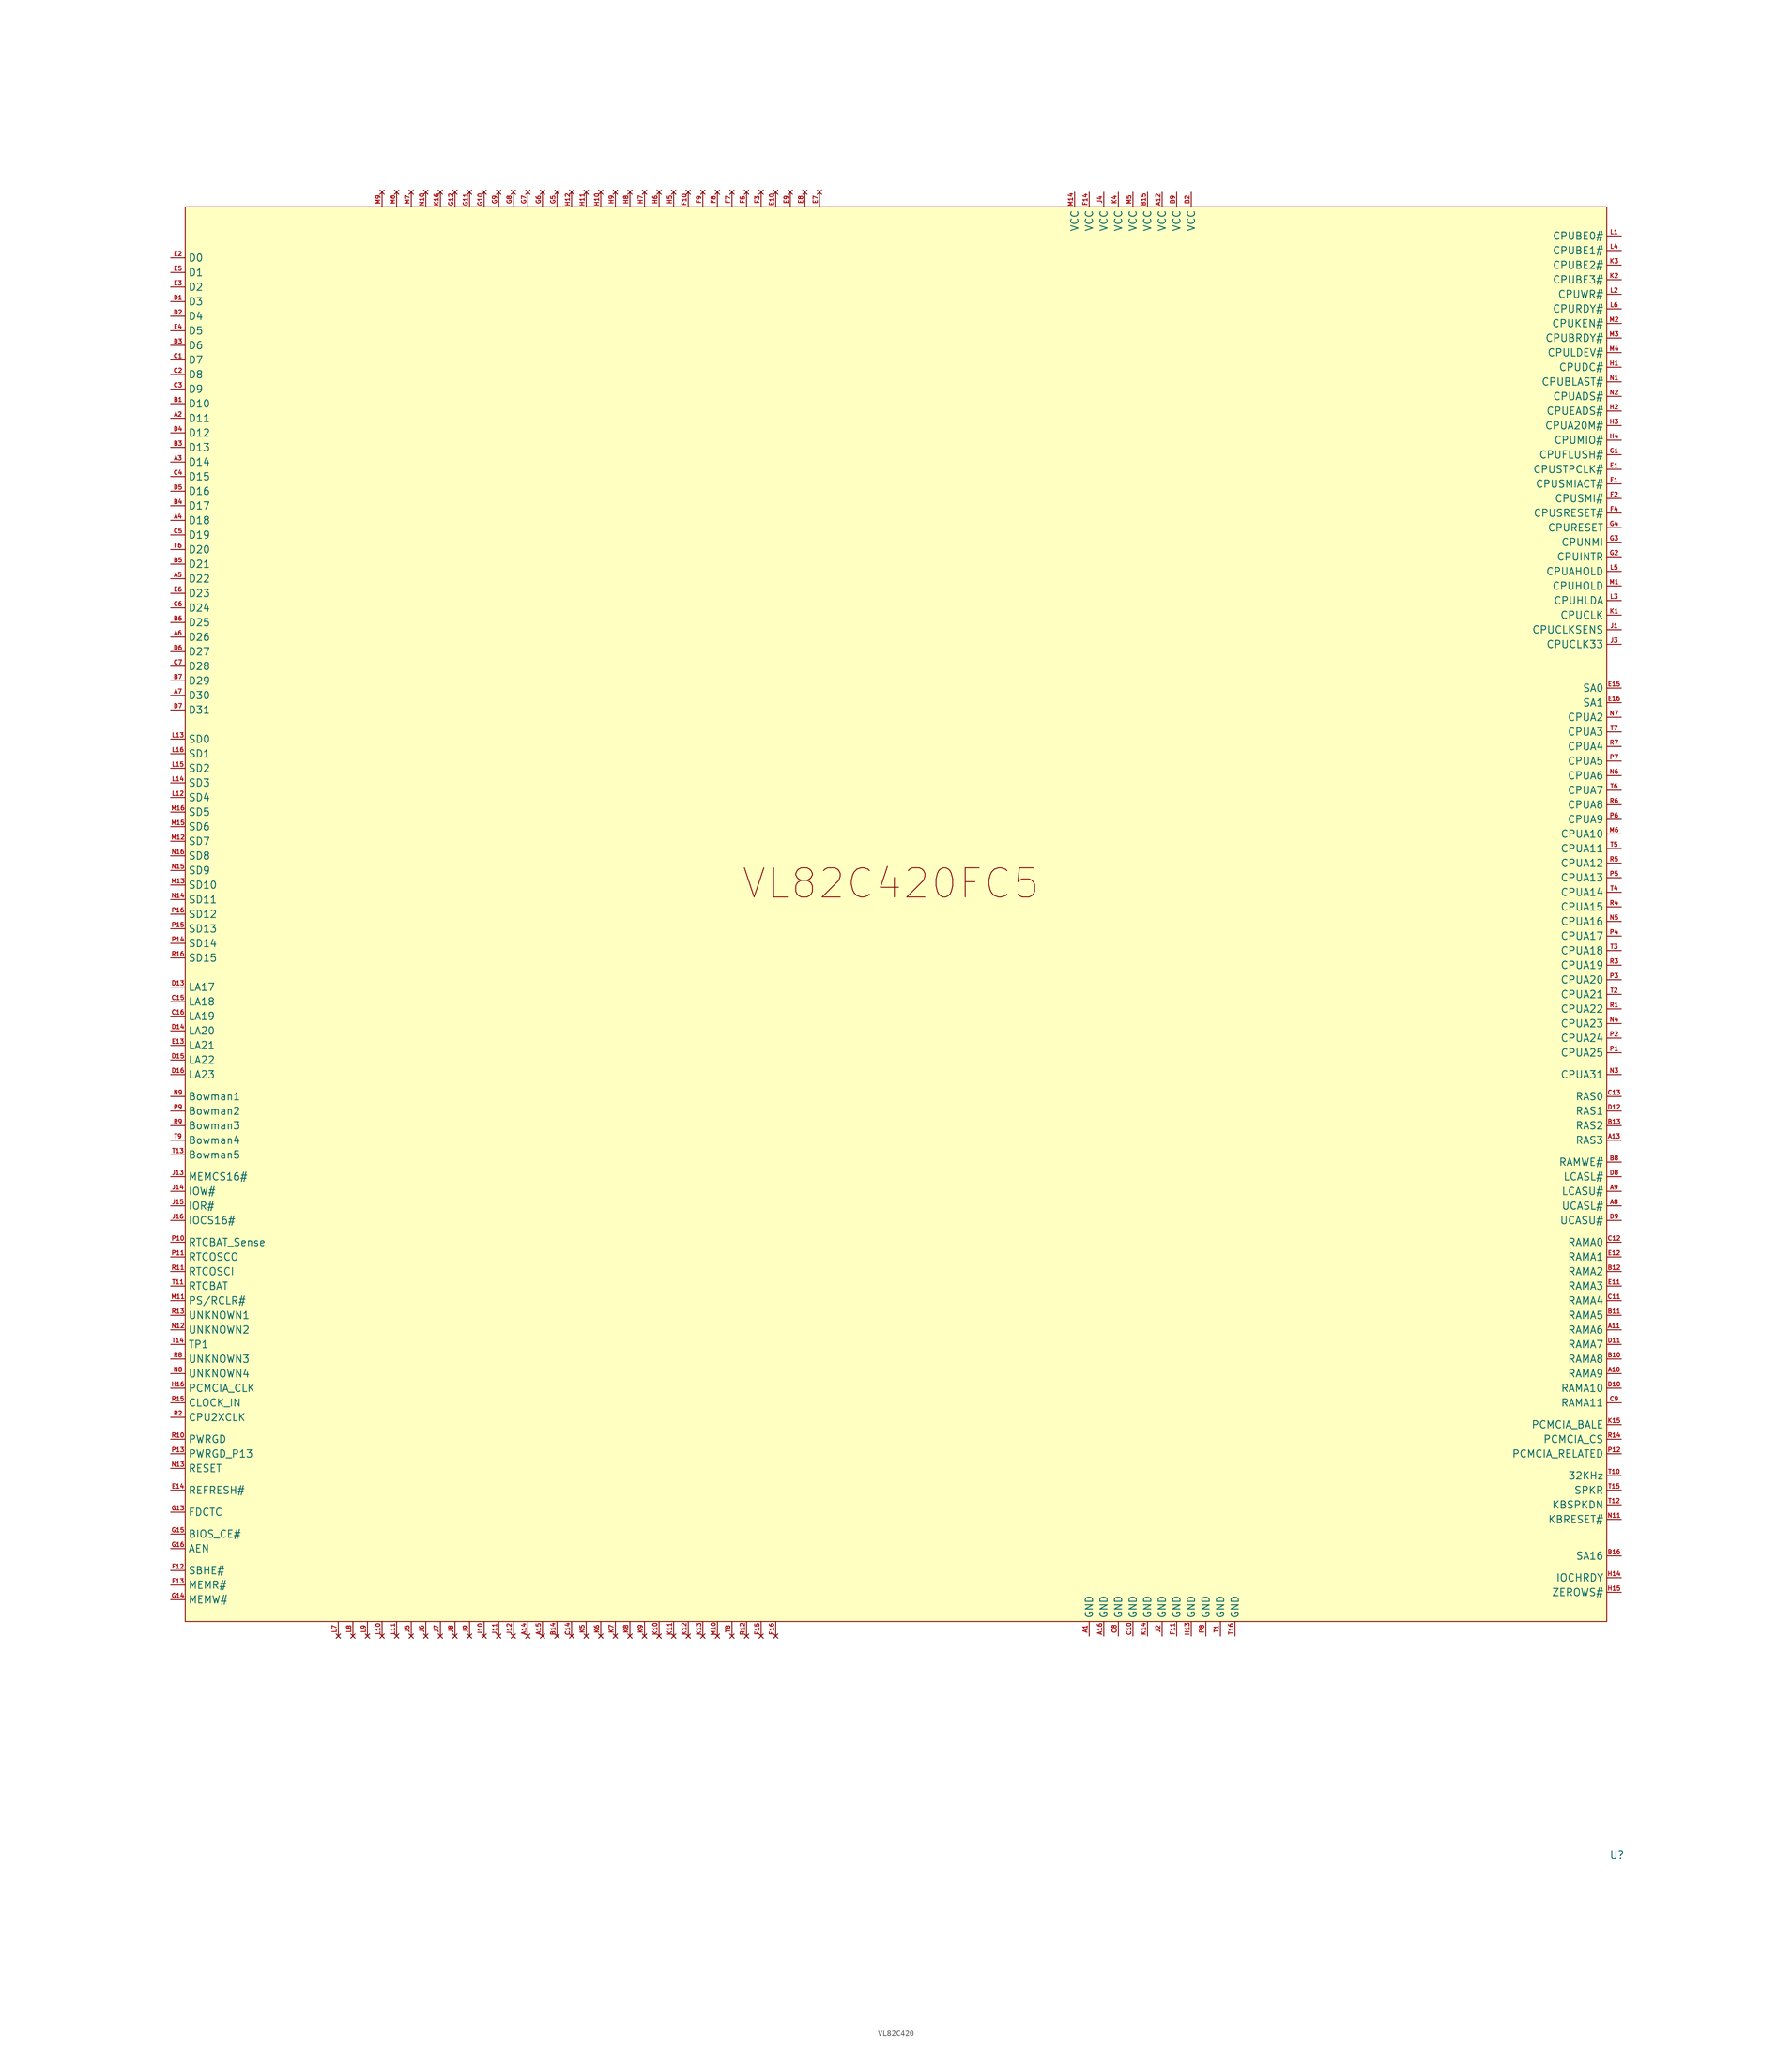
<source format=kicad_sym>
(kicad_symbol_lib
  (version 20241209)
  (generator "kicad_symbol_editor")
  (generator_version "9.0")
  (symbol "VL82C420"
    (property "Reference" "U"
      (at 121.158 -170.18 0)
      (effects (font (size 1.27 1.27))))
    (property "Value" ""
      (at 0 0 0)
      (effects (font (size 1.27 1.27))))
    (symbol "VL82C420_1_1"
      (rectangle (start -128.27 116.84) (end 119.38 -129.54) (stroke (width 0) (type solid)) (fill (type color) (color 255 255 194 1)))
      (text "VL82C420FC5" (at -5.334 -1.016 0) (effects (font (size 5.08 5.08))))
      (pin bidirectional line (at -130.81 107.95 0) (length 2.54) (name "D0" (effects (font (size 1.27 1.27)))) (number "E2" (effects (font (size 0.762 0.762)))))
      (pin bidirectional line (at -130.81 105.41 0) (length 2.54) (name "D1" (effects (font (size 1.27 1.27)))) (number "E5" (effects (font (size 0.762 0.762)))))
      (pin bidirectional line (at -130.81 102.87 0) (length 2.54) (name "D2" (effects (font (size 1.27 1.27)))) (number "E3" (effects (font (size 0.762 0.762)))))
      (pin bidirectional line (at -130.81 100.33 0) (length 2.54) (name "D3" (effects (font (size 1.27 1.27)))) (number "D1" (effects (font (size 0.762 0.762)))))
      (pin bidirectional line (at -130.81 97.79 0) (length 2.54) (name "D4" (effects (font (size 1.27 1.27)))) (number "D2" (effects (font (size 0.762 0.762)))))
      (pin bidirectional line (at -130.81 95.25 0) (length 2.54) (name "D5" (effects (font (size 1.27 1.27)))) (number "E4" (effects (font (size 0.762 0.762)))))
      (pin bidirectional line (at -130.81 92.71 0) (length 2.54) (name "D6" (effects (font (size 1.27 1.27)))) (number "D3" (effects (font (size 0.762 0.762)))))
      (pin bidirectional line (at -130.81 90.17 0) (length 2.54) (name "D7" (effects (font (size 1.27 1.27)))) (number "C1" (effects (font (size 0.762 0.762)))))
      (pin bidirectional line (at -130.81 87.63 0) (length 2.54) (name "D8" (effects (font (size 1.27 1.27)))) (number "C2" (effects (font (size 0.762 0.762)))))
      (pin bidirectional line (at -130.81 85.09 0) (length 2.54) (name "D9" (effects (font (size 1.27 1.27)))) (number "C3" (effects (font (size 0.762 0.762)))))
      (pin bidirectional line (at -130.81 82.55 0) (length 2.54) (name "D10" (effects (font (size 1.27 1.27)))) (number "B1" (effects (font (size 0.762 0.762)))))
      (pin bidirectional line (at -130.81 80.01 0) (length 2.54) (name "D11" (effects (font (size 1.27 1.27)))) (number "A2" (effects (font (size 0.762 0.762)))))
      (pin bidirectional line (at -130.81 77.47 0) (length 2.54) (name "D12" (effects (font (size 1.27 1.27)))) (number "D4" (effects (font (size 0.762 0.762)))))
      (pin bidirectional line (at -130.81 74.93 0) (length 2.54) (name "D13" (effects (font (size 1.27 1.27)))) (number "B3" (effects (font (size 0.762 0.762)))))
      (pin bidirectional line (at -130.81 72.39 0) (length 2.54) (name "D14" (effects (font (size 1.27 1.27)))) (number "A3" (effects (font (size 0.762 0.762)))))
      (pin bidirectional line (at -130.81 69.85 0) (length 2.54) (name "D15" (effects (font (size 1.27 1.27)))) (number "C4" (effects (font (size 0.762 0.762)))))
      (pin bidirectional line (at -130.81 67.31 0) (length 2.54) (name "D16" (effects (font (size 1.27 1.27)))) (number "D5" (effects (font (size 0.762 0.762)))))
      (pin bidirectional line (at -130.81 64.77 0) (length 2.54) (name "D17" (effects (font (size 1.27 1.27)))) (number "B4" (effects (font (size 0.762 0.762)))))
      (pin bidirectional line (at -130.81 62.23 0) (length 2.54) (name "D18" (effects (font (size 1.27 1.27)))) (number "A4" (effects (font (size 0.762 0.762)))))
      (pin bidirectional line (at -130.81 59.69 0) (length 2.54) (name "D19" (effects (font (size 1.27 1.27)))) (number "C5" (effects (font (size 0.762 0.762)))))
      (pin bidirectional line (at -130.81 57.15 0) (length 2.54) (name "D20" (effects (font (size 1.27 1.27)))) (number "F6" (effects (font (size 0.762 0.762)))))
      (pin bidirectional line (at -130.81 54.61 0) (length 2.54) (name "D21" (effects (font (size 1.27 1.27)))) (number "B5" (effects (font (size 0.762 0.762)))))
      (pin bidirectional line (at -130.81 52.07 0) (length 2.54) (name "D22" (effects (font (size 1.27 1.27)))) (number "A5" (effects (font (size 0.762 0.762)))))
      (pin bidirectional line (at -130.81 49.53 0) (length 2.54) (name "D23" (effects (font (size 1.27 1.27)))) (number "E6" (effects (font (size 0.762 0.762)))))
      (pin bidirectional line (at -130.81 46.99 0) (length 2.54) (name "D24" (effects (font (size 1.27 1.27)))) (number "C6" (effects (font (size 0.762 0.762)))))
      (pin bidirectional line (at -130.81 44.45 0) (length 2.54) (name "D25" (effects (font (size 1.27 1.27)))) (number "B6" (effects (font (size 0.762 0.762)))))
      (pin bidirectional line (at -130.81 41.91 0) (length 2.54) (name "D26" (effects (font (size 1.27 1.27)))) (number "A6" (effects (font (size 0.762 0.762)))))
      (pin bidirectional line (at -130.81 39.37 0) (length 2.54) (name "D27" (effects (font (size 1.27 1.27)))) (number "D6" (effects (font (size 0.762 0.762)))))
      (pin bidirectional line (at -130.81 36.83 0) (length 2.54) (name "D28" (effects (font (size 1.27 1.27)))) (number "C7" (effects (font (size 0.762 0.762)))))
      (pin bidirectional line (at -130.81 34.29 0) (length 2.54) (name "D29" (effects (font (size 1.27 1.27)))) (number "B7" (effects (font (size 0.762 0.762)))))
      (pin bidirectional line (at -130.81 31.75 0) (length 2.54) (name "D30" (effects (font (size 1.27 1.27)))) (number "A7" (effects (font (size 0.762 0.762)))))
      (pin bidirectional line (at -130.81 29.21 0) (length 2.54) (name "D31" (effects (font (size 1.27 1.27)))) (number "D7" (effects (font (size 0.762 0.762)))))
      (pin bidirectional line (at -130.81 24.13 0) (length 2.54) (name "SD0" (effects (font (size 1.27 1.27)))) (number "L13" (effects (font (size 0.762 0.762)))))
      (pin bidirectional line (at -130.81 21.59 0) (length 2.54) (name "SD1" (effects (font (size 1.27 1.27)))) (number "L16" (effects (font (size 0.762 0.762)))))
      (pin bidirectional line (at -130.81 19.05 0) (length 2.54) (name "SD2" (effects (font (size 1.27 1.27)))) (number "L15" (effects (font (size 0.762 0.762)))))
      (pin bidirectional line (at -130.81 16.51 0) (length 2.54) (name "SD3" (effects (font (size 1.27 1.27)))) (number "L14" (effects (font (size 0.762 0.762)))))
      (pin bidirectional line (at -130.81 13.97 0) (length 2.54) (name "SD4" (effects (font (size 1.27 1.27)))) (number "L12" (effects (font (size 0.762 0.762)))))
      (pin bidirectional line (at -130.81 11.43 0) (length 2.54) (name "SD5" (effects (font (size 1.27 1.27)))) (number "M16" (effects (font (size 0.762 0.762)))))
      (pin bidirectional line (at -130.81 8.89 0) (length 2.54) (name "SD6" (effects (font (size 1.27 1.27)))) (number "M15" (effects (font (size 0.762 0.762)))))
      (pin bidirectional line (at -130.81 6.35 0) (length 2.54) (name "SD7" (effects (font (size 1.27 1.27)))) (number "M12" (effects (font (size 0.762 0.762)))))
      (pin bidirectional line (at -130.81 3.81 0) (length 2.54) (name "SD8" (effects (font (size 1.27 1.27)))) (number "N16" (effects (font (size 0.762 0.762)))))
      (pin bidirectional line (at -130.81 1.27 0) (length 2.54) (name "SD9" (effects (font (size 1.27 1.27)))) (number "N15" (effects (font (size 0.762 0.762)))))
      (pin bidirectional line (at -130.81 -1.27 0) (length 2.54) (name "SD10" (effects (font (size 1.27 1.27)))) (number "M13" (effects (font (size 0.762 0.762)))))
      (pin bidirectional line (at -130.81 -3.81 0) (length 2.54) (name "SD11" (effects (font (size 1.27 1.27)))) (number "N14" (effects (font (size 0.762 0.762)))))
      (pin bidirectional line (at -130.81 -6.35 0) (length 2.54) (name "SD12" (effects (font (size 1.27 1.27)))) (number "P16" (effects (font (size 0.762 0.762)))))
      (pin bidirectional line (at -130.81 -8.89 0) (length 2.54) (name "SD13" (effects (font (size 1.27 1.27)))) (number "P15" (effects (font (size 0.762 0.762)))))
      (pin bidirectional line (at -130.81 -11.43 0) (length 2.54) (name "SD14" (effects (font (size 1.27 1.27)))) (number "P14" (effects (font (size 0.762 0.762)))))
      (pin bidirectional line (at -130.81 -13.97 0) (length 2.54) (name "SD15" (effects (font (size 1.27 1.27)))) (number "R16" (effects (font (size 0.762 0.762)))))
      (pin bidirectional line (at -130.81 -19.05 0) (length 2.54) (name "LA17" (effects (font (size 1.27 1.27)))) (number "D13" (effects (font (size 0.762 0.762)))))
      (pin bidirectional line (at -130.81 -21.59 0) (length 2.54) (name "LA18" (effects (font (size 1.27 1.27)))) (number "C15" (effects (font (size 0.762 0.762)))))
      (pin bidirectional line (at -130.81 -24.13 0) (length 2.54) (name "LA19" (effects (font (size 1.27 1.27)))) (number "C16" (effects (font (size 0.762 0.762)))))
      (pin bidirectional line (at -130.81 -26.67 0) (length 2.54) (name "LA20" (effects (font (size 1.27 1.27)))) (number "D14" (effects (font (size 0.762 0.762)))))
      (pin bidirectional line (at -130.81 -29.21 0) (length 2.54) (name "LA21" (effects (font (size 1.27 1.27)))) (number "E13" (effects (font (size 0.762 0.762)))))
      (pin bidirectional line (at -130.81 -31.75 0) (length 2.54) (name "LA22" (effects (font (size 1.27 1.27)))) (number "D15" (effects (font (size 0.762 0.762)))))
      (pin bidirectional line (at -130.81 -34.29 0) (length 2.54) (name "LA23" (effects (font (size 1.27 1.27)))) (number "D16" (effects (font (size 0.762 0.762)))))
      (pin bidirectional line (at -130.81 -38.1 0) (length 2.54) (name "Bowman1" (effects (font (size 1.27 1.27)))) (number "N9" (effects (font (size 0.762 0.762)))))
      (pin bidirectional line (at -130.81 -40.64 0) (length 2.54) (name "Bowman2" (effects (font (size 1.27 1.27)))) (number "P9" (effects (font (size 0.762 0.762)))))
      (pin bidirectional line (at -130.81 -43.18 0) (length 2.54) (name "Bowman3" (effects (font (size 1.27 1.27)))) (number "R9" (effects (font (size 0.762 0.762)))))
      (pin bidirectional line (at -130.81 -45.72 0) (length 2.54) (name "Bowman4" (effects (font (size 1.27 1.27)))) (number "T9" (effects (font (size 0.762 0.762)))))
      (pin bidirectional line (at -130.81 -48.26 0) (length 2.54) (name "Bowman5" (effects (font (size 1.27 1.27)))) (number "T13" (effects (font (size 0.762 0.762)))))
      (pin input line (at -130.81 -52.07 0) (length 2.54) (name "MEMCS16#" (effects (font (size 1.27 1.27)))) (number "J13" (effects (font (size 0.762 0.762)))))
      (pin output line (at -130.81 -54.61 0) (length 2.54) (name "IOW#" (effects (font (size 1.27 1.27)))) (number "J14" (effects (font (size 0.762 0.762)))))
      (pin output line (at -130.81 -57.15 0) (length 2.54) (name "IOR#" (effects (font (size 1.27 1.27)))) (number "J15" (effects (font (size 0.762 0.762)))))
      (pin input line (at -130.81 -59.69 0) (length 2.54) (name "IOCS16#" (effects (font (size 1.27 1.27)))) (number "J16" (effects (font (size 0.762 0.762)))))
      (pin bidirectional line (at -130.81 -63.5 0) (length 2.54) (name "RTCBAT_Sense" (effects (font (size 1.27 1.27)))) (number "P10" (effects (font (size 0.762 0.762)))))
      (pin bidirectional line (at -130.81 -66.04 0) (length 2.54) (name "RTCOSCO" (effects (font (size 1.27 1.27)))) (number "P11" (effects (font (size 0.762 0.762)))))
      (pin bidirectional line (at -130.81 -68.58 0) (length 2.54) (name "RTCOSCI" (effects (font (size 1.27 1.27)))) (number "R11" (effects (font (size 0.762 0.762)))))
      (pin input line (at -130.81 -71.12 0) (length 2.54) (name "RTCBAT" (effects (font (size 1.27 1.27)))) (number "T11" (effects (font (size 0.762 0.762)))))
      (pin bidirectional line (at -130.81 -73.66 0) (length 2.54) (name "PS/RCLR#" (effects (font (size 1.27 1.27)))) (number "M11" (effects (font (size 0.762 0.762)))))
      (pin bidirectional line (at -130.81 -76.2 0) (length 2.54) (name "UNKNOWN1" (effects (font (size 1.27 1.27)))) (number "R13" (effects (font (size 0.762 0.762)))))
      (pin bidirectional line (at -130.81 -78.74 0) (length 2.54) (name "UNKNOWN2" (effects (font (size 1.27 1.27)))) (number "N12" (effects (font (size 0.762 0.762)))))
      (pin bidirectional line (at -130.81 -81.28 0) (length 2.54) (name "TP1" (effects (font (size 1.27 1.27)))) (number "T14" (effects (font (size 0.762 0.762)))))
      (pin bidirectional line (at -130.81 -83.82 0) (length 2.54) (name "UNKNOWN3" (effects (font (size 1.27 1.27)))) (number "R8" (effects (font (size 0.762 0.762)))))
      (pin bidirectional line (at -130.81 -86.36 0) (length 2.54) (name "UNKNOWN4" (effects (font (size 1.27 1.27)))) (number "N8" (effects (font (size 0.762 0.762)))))
      (pin output line (at -130.81 -88.9 0) (length 2.54) (name "PCMCIA_CLK" (effects (font (size 1.27 1.27)))) (number "H16" (effects (font (size 0.762 0.762)))))
      (pin input line (at -130.81 -91.44 0) (length 2.54) (name "CLOCK_IN" (effects (font (size 1.27 1.27)))) (number "R15" (effects (font (size 0.762 0.762)))))
      (pin input line (at -130.81 -93.98 0) (length 2.54) (name "CPU2XCLK" (effects (font (size 1.27 1.27)))) (number "R2" (effects (font (size 0.762 0.762)))))
      (pin output line (at -130.81 -97.79 0) (length 2.54) (name "PWRGD" (effects (font (size 1.27 1.27)))) (number "R10" (effects (font (size 0.762 0.762)))))
      (pin output line (at -130.81 -100.33 0) (length 2.54) (name "PWRGD_P13" (effects (font (size 1.27 1.27)))) (number "P13" (effects (font (size 0.762 0.762)))))
      (pin bidirectional line (at -130.81 -102.87 0) (length 2.54) (name "RESET" (effects (font (size 1.27 1.27)))) (number "N13" (effects (font (size 0.762 0.762)))))
      (pin bidirectional line (at -130.81 -106.68 0) (length 2.54) (name "REFRESH#" (effects (font (size 1.27 1.27)))) (number "E14" (effects (font (size 0.762 0.762)))))
      (pin bidirectional line (at -130.81 -110.49 0) (length 2.54) (name "FDCTC" (effects (font (size 1.27 1.27)))) (number "G13" (effects (font (size 0.762 0.762)))))
      (pin output line (at -130.81 -114.3 0) (length 2.54) (name "BIOS_CE#" (effects (font (size 1.27 1.27)))) (number "G15" (effects (font (size 0.762 0.762)))))
      (pin output line (at -130.81 -116.84 0) (length 2.54) (name "AEN" (effects (font (size 1.27 1.27)))) (number "G16" (effects (font (size 0.762 0.762)))))
      (pin bidirectional line (at -130.81 -120.65 0) (length 2.54) (name "SBHE#" (effects (font (size 1.27 1.27)))) (number "F12" (effects (font (size 0.762 0.762)))))
      (pin bidirectional line (at -130.81 -123.19 0) (length 2.54) (name "MEMR#" (effects (font (size 1.27 1.27)))) (number "F13" (effects (font (size 0.762 0.762)))))
      (pin bidirectional line (at -130.81 -125.73 0) (length 2.54) (name "MEMW#" (effects (font (size 1.27 1.27)))) (number "G14" (effects (font (size 0.762 0.762)))))
      (pin no_connect line (at -101.6 -132.08 90) (length 2.54) (name "" (effects (font (size 1.27 1.27)))) (number "L7" (effects (font (size 0.762 0.762)))))
      (pin no_connect line (at -99.06 -132.08 90) (length 2.54) (name "" (effects (font (size 1.27 1.27)))) (number "L8" (effects (font (size 0.762 0.762)))))
      (pin no_connect line (at -96.52 -132.08 90) (length 2.54) (name "" (effects (font (size 1.27 1.27)))) (number "L9" (effects (font (size 0.762 0.762)))))
      (pin no_connect line (at -93.98 119.38 270) (length 2.54) (name "" (effects (font (size 1.27 1.27)))) (number "M9" (effects (font (size 0.762 0.762)))))
      (pin no_connect line (at -93.98 -132.08 90) (length 2.54) (name "" (effects (font (size 1.27 1.27)))) (number "L10" (effects (font (size 0.762 0.762)))))
      (pin no_connect line (at -91.44 119.38 270) (length 2.54) (name "" (effects (font (size 1.27 1.27)))) (number "M8" (effects (font (size 0.762 0.762)))))
      (pin no_connect line (at -91.44 -132.08 90) (length 2.54) (name "" (effects (font (size 1.27 1.27)))) (number "L11" (effects (font (size 0.762 0.762)))))
      (pin no_connect line (at -88.9 119.38 270) (length 2.54) (name "" (effects (font (size 1.27 1.27)))) (number "M7" (effects (font (size 0.762 0.762)))))
      (pin no_connect line (at -88.9 -132.08 90) (length 2.54) (name "" (effects (font (size 1.27 1.27)))) (number "J5" (effects (font (size 0.762 0.762)))))
      (pin no_connect line (at -86.36 119.38 270) (length 2.54) (name "" (effects (font (size 1.27 1.27)))) (number "N10" (effects (font (size 0.762 0.762)))))
      (pin no_connect line (at -86.36 -132.08 90) (length 2.54) (name "" (effects (font (size 1.27 1.27)))) (number "J6" (effects (font (size 0.762 0.762)))))
      (pin no_connect line (at -83.82 119.38 270) (length 2.54) (name "" (effects (font (size 1.27 1.27)))) (number "K16" (effects (font (size 0.762 0.762)))))
      (pin no_connect line (at -83.82 -132.08 90) (length 2.54) (name "" (effects (font (size 1.27 1.27)))) (number "J7" (effects (font (size 0.762 0.762)))))
      (pin no_connect line (at -81.28 119.38 270) (length 2.54) (name "" (effects (font (size 1.27 1.27)))) (number "G12" (effects (font (size 0.762 0.762)))))
      (pin no_connect line (at -81.28 -132.08 90) (length 2.54) (name "" (effects (font (size 1.27 1.27)))) (number "J8" (effects (font (size 0.762 0.762)))))
      (pin no_connect line (at -78.74 119.38 270) (length 2.54) (name "" (effects (font (size 1.27 1.27)))) (number "G11" (effects (font (size 0.762 0.762)))))
      (pin no_connect line (at -78.74 -132.08 90) (length 2.54) (name "" (effects (font (size 1.27 1.27)))) (number "J9" (effects (font (size 0.762 0.762)))))
      (pin no_connect line (at -76.2 119.38 270) (length 2.54) (name "" (effects (font (size 1.27 1.27)))) (number "G10" (effects (font (size 0.762 0.762)))))
      (pin no_connect line (at -76.2 -132.08 90) (length 2.54) (name "" (effects (font (size 1.27 1.27)))) (number "J10" (effects (font (size 0.762 0.762)))))
      (pin no_connect line (at -73.66 119.38 270) (length 2.54) (name "" (effects (font (size 1.27 1.27)))) (number "G9" (effects (font (size 0.762 0.762)))))
      (pin no_connect line (at -73.66 -132.08 90) (length 2.54) (name "" (effects (font (size 1.27 1.27)))) (number "J11" (effects (font (size 0.762 0.762)))))
      (pin no_connect line (at -71.12 119.38 270) (length 2.54) (name "" (effects (font (size 1.27 1.27)))) (number "G8" (effects (font (size 0.762 0.762)))))
      (pin no_connect line (at -71.12 -132.08 90) (length 2.54) (name "" (effects (font (size 1.27 1.27)))) (number "J12" (effects (font (size 0.762 0.762)))))
      (pin no_connect line (at -68.58 119.38 270) (length 2.54) (name "" (effects (font (size 1.27 1.27)))) (number "G7" (effects (font (size 0.762 0.762)))))
      (pin no_connect line (at -68.58 -132.08 90) (length 2.54) (name "" (effects (font (size 1.27 1.27)))) (number "A14" (effects (font (size 0.762 0.762)))))
      (pin no_connect line (at -66.04 119.38 270) (length 2.54) (name "" (effects (font (size 1.27 1.27)))) (number "G6" (effects (font (size 0.762 0.762)))))
      (pin no_connect line (at -66.04 -132.08 90) (length 2.54) (name "" (effects (font (size 1.27 1.27)))) (number "A15" (effects (font (size 0.762 0.762)))))
      (pin no_connect line (at -63.5 119.38 270) (length 2.54) (name "" (effects (font (size 1.27 1.27)))) (number "G5" (effects (font (size 0.762 0.762)))))
      (pin no_connect line (at -63.5 -132.08 90) (length 2.54) (name "" (effects (font (size 1.27 1.27)))) (number "B14" (effects (font (size 0.762 0.762)))))
      (pin no_connect line (at -60.96 119.38 270) (length 2.54) (name "" (effects (font (size 1.27 1.27)))) (number "H12" (effects (font (size 0.762 0.762)))))
      (pin no_connect line (at -60.96 -132.08 90) (length 2.54) (name "" (effects (font (size 1.27 1.27)))) (number "C14" (effects (font (size 0.762 0.762)))))
      (pin no_connect line (at -58.42 119.38 270) (length 2.54) (name "" (effects (font (size 1.27 1.27)))) (number "H11" (effects (font (size 0.762 0.762)))))
      (pin no_connect line (at -58.42 -132.08 90) (length 2.54) (name "" (effects (font (size 1.27 1.27)))) (number "K5" (effects (font (size 0.762 0.762)))))
      (pin no_connect line (at -55.88 119.38 270) (length 2.54) (name "" (effects (font (size 1.27 1.27)))) (number "H10" (effects (font (size 0.762 0.762)))))
      (pin no_connect line (at -55.88 -132.08 90) (length 2.54) (name "" (effects (font (size 1.27 1.27)))) (number "K6" (effects (font (size 0.762 0.762)))))
      (pin no_connect line (at -53.34 119.38 270) (length 2.54) (name "" (effects (font (size 1.27 1.27)))) (number "H9" (effects (font (size 0.762 0.762)))))
      (pin no_connect line (at -53.34 -132.08 90) (length 2.54) (name "" (effects (font (size 1.27 1.27)))) (number "K7" (effects (font (size 0.762 0.762)))))
      (pin no_connect line (at -50.8 119.38 270) (length 2.54) (name "" (effects (font (size 1.27 1.27)))) (number "H8" (effects (font (size 0.762 0.762)))))
      (pin no_connect line (at -50.8 -132.08 90) (length 2.54) (name "" (effects (font (size 1.27 1.27)))) (number "K8" (effects (font (size 0.762 0.762)))))
      (pin no_connect line (at -48.26 119.38 270) (length 2.54) (name "" (effects (font (size 1.27 1.27)))) (number "H7" (effects (font (size 0.762 0.762)))))
      (pin no_connect line (at -48.26 -132.08 90) (length 2.54) (name "" (effects (font (size 1.27 1.27)))) (number "K9" (effects (font (size 0.762 0.762)))))
      (pin no_connect line (at -45.72 119.38 270) (length 2.54) (name "" (effects (font (size 1.27 1.27)))) (number "H6" (effects (font (size 0.762 0.762)))))
      (pin no_connect line (at -45.72 -132.08 90) (length 2.54) (name "" (effects (font (size 1.27 1.27)))) (number "K10" (effects (font (size 0.762 0.762)))))
      (pin no_connect line (at -43.18 119.38 270) (length 2.54) (name "" (effects (font (size 1.27 1.27)))) (number "H5" (effects (font (size 0.762 0.762)))))
      (pin no_connect line (at -43.18 -132.08 90) (length 2.54) (name "" (effects (font (size 1.27 1.27)))) (number "K11" (effects (font (size 0.762 0.762)))))
      (pin no_connect line (at -40.64 119.38 270) (length 2.54) (name "" (effects (font (size 1.27 1.27)))) (number "F10" (effects (font (size 0.762 0.762)))))
      (pin no_connect line (at -40.64 -132.08 90) (length 2.54) (name "" (effects (font (size 1.27 1.27)))) (number "K12" (effects (font (size 0.762 0.762)))))
      (pin no_connect line (at -38.1 119.38 270) (length 2.54) (name "" (effects (font (size 1.27 1.27)))) (number "F9" (effects (font (size 0.762 0.762)))))
      (pin no_connect line (at -38.1 -132.08 90) (length 2.54) (name "" (effects (font (size 1.27 1.27)))) (number "K13" (effects (font (size 0.762 0.762)))))
      (pin no_connect line (at -35.56 119.38 270) (length 2.54) (name "" (effects (font (size 1.27 1.27)))) (number "F8" (effects (font (size 0.762 0.762)))))
      (pin no_connect line (at -35.56 -132.08 90) (length 2.54) (name "" (effects (font (size 1.27 1.27)))) (number "M10" (effects (font (size 0.762 0.762)))))
      (pin no_connect line (at -33.02 119.38 270) (length 2.54) (name "" (effects (font (size 1.27 1.27)))) (number "F7" (effects (font (size 0.762 0.762)))))
      (pin no_connect line (at -33.02 -132.08 90) (length 2.54) (name "" (effects (font (size 1.27 1.27)))) (number "T8" (effects (font (size 0.762 0.762)))))
      (pin no_connect line (at -30.48 119.38 270) (length 2.54) (name "" (effects (font (size 1.27 1.27)))) (number "F5" (effects (font (size 0.762 0.762)))))
      (pin no_connect line (at -30.48 -132.08 90) (length 2.54) (name "" (effects (font (size 1.27 1.27)))) (number "R12" (effects (font (size 0.762 0.762)))))
      (pin no_connect line (at -27.94 119.38 270) (length 2.54) (name "" (effects (font (size 1.27 1.27)))) (number "F3" (effects (font (size 0.762 0.762)))))
      (pin no_connect line (at -27.94 -132.08 90) (length 2.54) (name "" (effects (font (size 1.27 1.27)))) (number "F15" (effects (font (size 0.762 0.762)))))
      (pin no_connect line (at -25.4 119.38 270) (length 2.54) (name "" (effects (font (size 1.27 1.27)))) (number "E10" (effects (font (size 0.762 0.762)))))
      (pin no_connect line (at -25.4 -132.08 90) (length 2.54) (name "" (effects (font (size 1.27 1.27)))) (number "F16" (effects (font (size 0.762 0.762)))))
      (pin no_connect line (at -22.86 119.38 270) (length 2.54) (name "" (effects (font (size 1.27 1.27)))) (number "E9" (effects (font (size 0.762 0.762)))))
      (pin no_connect line (at -20.32 119.38 270) (length 2.54) (name "" (effects (font (size 1.27 1.27)))) (number "E8" (effects (font (size 0.762 0.762)))))
      (pin no_connect line (at -17.78 119.38 270) (length 2.54) (name "" (effects (font (size 1.27 1.27)))) (number "E7" (effects (font (size 0.762 0.762)))))
      (pin power_in line (at 26.67 119.38 270) (length 2.54) (name "VCC" (effects (font (size 1.27 1.27)))) (number "M14" (effects (font (size 0.762 0.762)))))
      (pin power_in line (at 29.21 119.38 270) (length 2.54) (name "VCC" (effects (font (size 1.27 1.27)))) (number "F14" (effects (font (size 0.762 0.762)))))
      (pin power_in line (at 29.21 -132.08 90) (length 2.54) (name "GND" (effects (font (size 1.27 1.27)))) (number "A1" (effects (font (size 0.762 0.762)))))
      (pin power_in line (at 31.75 119.38 270) (length 2.54) (name "VCC" (effects (font (size 1.27 1.27)))) (number "J4" (effects (font (size 0.762 0.762)))))
      (pin power_in line (at 31.75 -132.08 90) (length 2.54) (name "GND" (effects (font (size 1.27 1.27)))) (number "A16" (effects (font (size 0.762 0.762)))))
      (pin power_in line (at 34.29 119.38 270) (length 2.54) (name "VCC" (effects (font (size 1.27 1.27)))) (number "K4" (effects (font (size 0.762 0.762)))))
      (pin power_in line (at 34.29 -132.08 90) (length 2.54) (name "GND" (effects (font (size 1.27 1.27)))) (number "C8" (effects (font (size 0.762 0.762)))))
      (pin power_in line (at 36.83 119.38 270) (length 2.54) (name "VCC" (effects (font (size 1.27 1.27)))) (number "M5" (effects (font (size 0.762 0.762)))))
      (pin power_in line (at 36.83 -132.08 90) (length 2.54) (name "GND" (effects (font (size 1.27 1.27)))) (number "C10" (effects (font (size 0.762 0.762)))))
      (pin power_in line (at 39.37 119.38 270) (length 2.54) (name "VCC" (effects (font (size 1.27 1.27)))) (number "B15" (effects (font (size 0.762 0.762)))))
      (pin power_in line (at 39.37 -132.08 90) (length 2.54) (name "GND" (effects (font (size 1.27 1.27)))) (number "K14" (effects (font (size 0.762 0.762)))))
      (pin power_in line (at 41.91 119.38 270) (length 2.54) (name "VCC" (effects (font (size 1.27 1.27)))) (number "A12" (effects (font (size 0.762 0.762)))))
      (pin power_in line (at 41.91 -132.08 90) (length 2.54) (name "GND" (effects (font (size 1.27 1.27)))) (number "J2" (effects (font (size 0.762 0.762)))))
      (pin power_in line (at 44.45 119.38 270) (length 2.54) (name "VCC" (effects (font (size 1.27 1.27)))) (number "B9" (effects (font (size 0.762 0.762)))))
      (pin power_in line (at 44.45 -132.08 90) (length 2.54) (name "GND" (effects (font (size 1.27 1.27)))) (number "F11" (effects (font (size 0.762 0.762)))))
      (pin power_in line (at 46.99 119.38 270) (length 2.54) (name "VCC" (effects (font (size 1.27 1.27)))) (number "B2" (effects (font (size 0.762 0.762)))))
      (pin power_in line (at 46.99 -132.08 90) (length 2.54) (name "GND" (effects (font (size 1.27 1.27)))) (number "H13" (effects (font (size 0.762 0.762)))))
      (pin power_in line (at 49.53 -132.08 90) (length 2.54) (name "GND" (effects (font (size 1.27 1.27)))) (number "P8" (effects (font (size 0.762 0.762)))))
      (pin power_in line (at 52.07 -132.08 90) (length 2.54) (name "GND" (effects (font (size 1.27 1.27)))) (number "T1" (effects (font (size 0.762 0.762)))))
      (pin power_in line (at 54.61 -132.08 90) (length 2.54) (name "GND" (effects (font (size 1.27 1.27)))) (number "T16" (effects (font (size 0.762 0.762)))))
      (pin input line (at 121.92 111.76 180) (length 2.54) (name "CPUBE0#" (effects (font (size 1.27 1.27)))) (number "L1" (effects (font (size 0.762 0.762)))))
      (pin input line (at 121.92 109.22 180) (length 2.54) (name "CPUBE1#" (effects (font (size 1.27 1.27)))) (number "L4" (effects (font (size 0.762 0.762)))))
      (pin input line (at 121.92 106.68 180) (length 2.54) (name "CPUBE2#" (effects (font (size 1.27 1.27)))) (number "K3" (effects (font (size 0.762 0.762)))))
      (pin input line (at 121.92 104.14 180) (length 2.54) (name "CPUBE3#" (effects (font (size 1.27 1.27)))) (number "K2" (effects (font (size 0.762 0.762)))))
      (pin input line (at 121.92 101.6 180) (length 2.54) (name "CPUWR#" (effects (font (size 1.27 1.27)))) (number "L2" (effects (font (size 0.762 0.762)))))
      (pin output line (at 121.92 99.06 180) (length 2.54) (name "CPURDY#" (effects (font (size 1.27 1.27)))) (number "L6" (effects (font (size 0.762 0.762)))))
      (pin output line (at 121.92 96.52 180) (length 2.54) (name "CPUKEN#" (effects (font (size 1.27 1.27)))) (number "M2" (effects (font (size 0.762 0.762)))))
      (pin output line (at 121.92 93.98 180) (length 2.54) (name "CPUBRDY#" (effects (font (size 1.27 1.27)))) (number "M3" (effects (font (size 0.762 0.762)))))
      (pin output line (at 121.92 91.44 180) (length 2.54) (name "CPULDEV#" (effects (font (size 1.27 1.27)))) (number "M4" (effects (font (size 0.762 0.762)))))
      (pin input line (at 121.92 88.9 180) (length 2.54) (name "CPUDC#" (effects (font (size 1.27 1.27)))) (number "H1" (effects (font (size 0.762 0.762)))))
      (pin input line (at 121.92 86.36 180) (length 2.54) (name "CPUBLAST#" (effects (font (size 1.27 1.27)))) (number "N1" (effects (font (size 0.762 0.762)))))
      (pin input line (at 121.92 83.82 180) (length 2.54) (name "CPUADS#" (effects (font (size 1.27 1.27)))) (number "N2" (effects (font (size 0.762 0.762)))))
      (pin output line (at 121.92 81.28 180) (length 2.54) (name "CPUEADS#" (effects (font (size 1.27 1.27)))) (number "H2" (effects (font (size 0.762 0.762)))))
      (pin output line (at 121.92 78.74 180) (length 2.54) (name "CPUA20M#" (effects (font (size 1.27 1.27)))) (number "H3" (effects (font (size 0.762 0.762)))))
      (pin input line (at 121.92 76.2 180) (length 2.54) (name "CPUMIO#" (effects (font (size 1.27 1.27)))) (number "H4" (effects (font (size 0.762 0.762)))))
      (pin output line (at 121.92 73.66 180) (length 2.54) (name "CPUFLUSH#" (effects (font (size 1.27 1.27)))) (number "G1" (effects (font (size 0.762 0.762)))))
      (pin output line (at 121.92 71.12 180) (length 2.54) (name "CPUSTPCLK#" (effects (font (size 1.27 1.27)))) (number "E1" (effects (font (size 0.762 0.762)))))
      (pin input line (at 121.92 68.58 180) (length 2.54) (name "CPUSMIACT#" (effects (font (size 1.27 1.27)))) (number "F1" (effects (font (size 0.762 0.762)))))
      (pin output line (at 121.92 66.04 180) (length 2.54) (name "CPUSMI#" (effects (font (size 1.27 1.27)))) (number "F2" (effects (font (size 0.762 0.762)))))
      (pin output line (at 121.92 63.5 180) (length 2.54) (name "CPUSRESET#" (effects (font (size 1.27 1.27)))) (number "F4" (effects (font (size 0.762 0.762)))))
      (pin output line (at 121.92 60.96 180) (length 2.54) (name "CPURESET" (effects (font (size 1.27 1.27)))) (number "G4" (effects (font (size 0.762 0.762)))))
      (pin output line (at 121.92 58.42 180) (length 2.54) (name "CPUNMI" (effects (font (size 1.27 1.27)))) (number "G3" (effects (font (size 0.762 0.762)))))
      (pin output line (at 121.92 55.88 180) (length 2.54) (name "CPUINTR" (effects (font (size 1.27 1.27)))) (number "G2" (effects (font (size 0.762 0.762)))))
      (pin output line (at 121.92 53.34 180) (length 2.54) (name "CPUAHOLD" (effects (font (size 1.27 1.27)))) (number "L5" (effects (font (size 0.762 0.762)))))
      (pin output line (at 121.92 50.8 180) (length 2.54) (name "CPUHOLD" (effects (font (size 1.27 1.27)))) (number "M1" (effects (font (size 0.762 0.762)))))
      (pin input line (at 121.92 48.26 180) (length 2.54) (name "CPUHLDA" (effects (font (size 1.27 1.27)))) (number "L3" (effects (font (size 0.762 0.762)))))
      (pin output line (at 121.92 45.72 180) (length 2.54) (name "CPUCLK" (effects (font (size 1.27 1.27)))) (number "K1" (effects (font (size 0.762 0.762)))))
      (pin output line (at 121.92 43.18 180) (length 2.54) (name "CPUCLKSENS" (effects (font (size 1.27 1.27)))) (number "J1" (effects (font (size 0.762 0.762)))))
      (pin output line (at 121.92 40.64 180) (length 2.54) (name "CPUCLK33" (effects (font (size 1.27 1.27)))) (number "J3" (effects (font (size 0.762 0.762)))))
      (pin bidirectional line (at 121.92 33.02 180) (length 2.54) (name "SA0" (effects (font (size 1.27 1.27)))) (number "E15" (effects (font (size 0.762 0.762)))))
      (pin bidirectional line (at 121.92 30.48 180) (length 2.54) (name "SA1" (effects (font (size 1.27 1.27)))) (number "E16" (effects (font (size 0.762 0.762)))))
      (pin bidirectional line (at 121.92 27.94 180) (length 2.54) (name "CPUA2" (effects (font (size 1.27 1.27)))) (number "N7" (effects (font (size 0.762 0.762)))))
      (pin bidirectional line (at 121.92 25.4 180) (length 2.54) (name "CPUA3" (effects (font (size 1.27 1.27)))) (number "T7" (effects (font (size 0.762 0.762)))))
      (pin bidirectional line (at 121.92 22.86 180) (length 2.54) (name "CPUA4" (effects (font (size 1.27 1.27)))) (number "R7" (effects (font (size 0.762 0.762)))))
      (pin bidirectional line (at 121.92 20.32 180) (length 2.54) (name "CPUA5" (effects (font (size 1.27 1.27)))) (number "P7" (effects (font (size 0.762 0.762)))))
      (pin bidirectional line (at 121.92 17.78 180) (length 2.54) (name "CPUA6" (effects (font (size 1.27 1.27)))) (number "N6" (effects (font (size 0.762 0.762)))))
      (pin bidirectional line (at 121.92 15.24 180) (length 2.54) (name "CPUA7" (effects (font (size 1.27 1.27)))) (number "T6" (effects (font (size 0.762 0.762)))))
      (pin bidirectional line (at 121.92 12.7 180) (length 2.54) (name "CPUA8" (effects (font (size 1.27 1.27)))) (number "R6" (effects (font (size 0.762 0.762)))))
      (pin bidirectional line (at 121.92 10.16 180) (length 2.54) (name "CPUA9" (effects (font (size 1.27 1.27)))) (number "P6" (effects (font (size 0.762 0.762)))))
      (pin bidirectional line (at 121.92 7.62 180) (length 2.54) (name "CPUA10" (effects (font (size 1.27 1.27)))) (number "M6" (effects (font (size 0.762 0.762)))))
      (pin bidirectional line (at 121.92 5.08 180) (length 2.54) (name "CPUA11" (effects (font (size 1.27 1.27)))) (number "T5" (effects (font (size 0.762 0.762)))))
      (pin bidirectional line (at 121.92 2.54 180) (length 2.54) (name "CPUA12" (effects (font (size 1.27 1.27)))) (number "R5" (effects (font (size 0.762 0.762)))))
      (pin bidirectional line (at 121.92 0 180) (length 2.54) (name "CPUA13" (effects (font (size 1.27 1.27)))) (number "P5" (effects (font (size 0.762 0.762)))))
      (pin bidirectional line (at 121.92 -2.54 180) (length 2.54) (name "CPUA14" (effects (font (size 1.27 1.27)))) (number "T4" (effects (font (size 0.762 0.762)))))
      (pin bidirectional line (at 121.92 -5.08 180) (length 2.54) (name "CPUA15" (effects (font (size 1.27 1.27)))) (number "R4" (effects (font (size 0.762 0.762)))))
      (pin bidirectional line (at 121.92 -7.62 180) (length 2.54) (name "CPUA16" (effects (font (size 1.27 1.27)))) (number "N5" (effects (font (size 0.762 0.762)))))
      (pin bidirectional line (at 121.92 -10.16 180) (length 2.54) (name "CPUA17" (effects (font (size 1.27 1.27)))) (number "P4" (effects (font (size 0.762 0.762)))))
      (pin bidirectional line (at 121.92 -12.7 180) (length 2.54) (name "CPUA18" (effects (font (size 1.27 1.27)))) (number "T3" (effects (font (size 0.762 0.762)))))
      (pin bidirectional line (at 121.92 -15.24 180) (length 2.54) (name "CPUA19" (effects (font (size 1.27 1.27)))) (number "R3" (effects (font (size 0.762 0.762)))))
      (pin bidirectional line (at 121.92 -17.78 180) (length 2.54) (name "CPUA20" (effects (font (size 1.27 1.27)))) (number "P3" (effects (font (size 0.762 0.762)))))
      (pin bidirectional line (at 121.92 -20.32 180) (length 2.54) (name "CPUA21" (effects (font (size 1.27 1.27)))) (number "T2" (effects (font (size 0.762 0.762)))))
      (pin bidirectional line (at 121.92 -22.86 180) (length 2.54) (name "CPUA22" (effects (font (size 1.27 1.27)))) (number "R1" (effects (font (size 0.762 0.762)))))
      (pin bidirectional line (at 121.92 -25.4 180) (length 2.54) (name "CPUA23" (effects (font (size 1.27 1.27)))) (number "N4" (effects (font (size 0.762 0.762)))))
      (pin bidirectional line (at 121.92 -27.94 180) (length 2.54) (name "CPUA24" (effects (font (size 1.27 1.27)))) (number "P2" (effects (font (size 0.762 0.762)))))
      (pin bidirectional line (at 121.92 -30.48 180) (length 2.54) (name "CPUA25" (effects (font (size 1.27 1.27)))) (number "P1" (effects (font (size 0.762 0.762)))))
      (pin bidirectional line (at 121.92 -34.29 180) (length 2.54) (name "CPUA31" (effects (font (size 1.27 1.27)))) (number "N3" (effects (font (size 0.762 0.762)))))
      (pin output line (at 121.92 -38.1 180) (length 2.54) (name "RAS0" (effects (font (size 1.27 1.27)))) (number "C13" (effects (font (size 0.762 0.762)))))
      (pin output line (at 121.92 -40.64 180) (length 2.54) (name "RAS1" (effects (font (size 1.27 1.27)))) (number "D12" (effects (font (size 0.762 0.762)))))
      (pin output line (at 121.92 -43.18 180) (length 2.54) (name "RAS2" (effects (font (size 1.27 1.27)))) (number "B13" (effects (font (size 0.762 0.762)))))
      (pin output line (at 121.92 -45.72 180) (length 2.54) (name "RAS3" (effects (font (size 1.27 1.27)))) (number "A13" (effects (font (size 0.762 0.762)))))
      (pin output line (at 121.92 -49.53 180) (length 2.54) (name "RAMWE#" (effects (font (size 1.27 1.27)))) (number "B8" (effects (font (size 0.762 0.762)))))
      (pin output line (at 121.92 -52.07 180) (length 2.54) (name "LCASL#" (effects (font (size 1.27 1.27)))) (number "D8" (effects (font (size 0.762 0.762)))))
      (pin output line (at 121.92 -54.61 180) (length 2.54) (name "LCASU#" (effects (font (size 1.27 1.27)))) (number "A9" (effects (font (size 0.762 0.762)))))
      (pin output line (at 121.92 -57.15 180) (length 2.54) (name "UCASL#" (effects (font (size 1.27 1.27)))) (number "A8" (effects (font (size 0.762 0.762)))))
      (pin output line (at 121.92 -59.69 180) (length 2.54) (name "UCASU#" (effects (font (size 1.27 1.27)))) (number "D9" (effects (font (size 0.762 0.762)))))
      (pin bidirectional line (at 121.92 -63.5 180) (length 2.54) (name "RAMA0" (effects (font (size 1.27 1.27)))) (number "C12" (effects (font (size 0.762 0.762)))))
      (pin bidirectional line (at 121.92 -66.04 180) (length 2.54) (name "RAMA1" (effects (font (size 1.27 1.27)))) (number "E12" (effects (font (size 0.762 0.762)))))
      (pin bidirectional line (at 121.92 -68.58 180) (length 2.54) (name "RAMA2" (effects (font (size 1.27 1.27)))) (number "B12" (effects (font (size 0.762 0.762)))))
      (pin bidirectional line (at 121.92 -71.12 180) (length 2.54) (name "RAMA3" (effects (font (size 1.27 1.27)))) (number "E11" (effects (font (size 0.762 0.762)))))
      (pin bidirectional line (at 121.92 -73.66 180) (length 2.54) (name "RAMA4" (effects (font (size 1.27 1.27)))) (number "C11" (effects (font (size 0.762 0.762)))))
      (pin bidirectional line (at 121.92 -76.2 180) (length 2.54) (name "RAMA5" (effects (font (size 1.27 1.27)))) (number "B11" (effects (font (size 0.762 0.762)))))
      (pin bidirectional line (at 121.92 -78.74 180) (length 2.54) (name "RAMA6" (effects (font (size 1.27 1.27)))) (number "A11" (effects (font (size 0.762 0.762)))))
      (pin bidirectional line (at 121.92 -81.28 180) (length 2.54) (name "RAMA7" (effects (font (size 1.27 1.27)))) (number "D11" (effects (font (size 0.762 0.762)))))
      (pin bidirectional line (at 121.92 -83.82 180) (length 2.54) (name "RAMA8" (effects (font (size 1.27 1.27)))) (number "B10" (effects (font (size 0.762 0.762)))))
      (pin bidirectional line (at 121.92 -86.36 180) (length 2.54) (name "RAMA9" (effects (font (size 1.27 1.27)))) (number "A10" (effects (font (size 0.762 0.762)))))
      (pin bidirectional line (at 121.92 -88.9 180) (length 2.54) (name "RAMA10" (effects (font (size 1.27 1.27)))) (number "D10" (effects (font (size 0.762 0.762)))))
      (pin bidirectional line (at 121.92 -91.44 180) (length 2.54) (name "RAMA11" (effects (font (size 1.27 1.27)))) (number "C9" (effects (font (size 0.762 0.762)))))
      (pin output line (at 121.92 -95.25 180) (length 2.54) (name "PCMCIA_BALE" (effects (font (size 1.27 1.27)))) (number "K15" (effects (font (size 0.762 0.762)))))
      (pin bidirectional line (at 121.92 -97.79 180) (length 2.54) (name "PCMCIA_CS" (effects (font (size 1.27 1.27)))) (number "R14" (effects (font (size 0.762 0.762)))))
      (pin bidirectional line (at 121.92 -100.33 180) (length 2.54) (name "PCMCIA_RELATED" (effects (font (size 1.27 1.27)))) (number "P12" (effects (font (size 0.762 0.762)))))
      (pin output line (at 121.92 -104.14 180) (length 2.54) (name "32KHz" (effects (font (size 1.27 1.27)))) (number "T10" (effects (font (size 0.762 0.762)))))
      (pin output line (at 121.92 -106.68 180) (length 2.54) (name "SPKR" (effects (font (size 1.27 1.27)))) (number "T15" (effects (font (size 0.762 0.762)))))
      (pin input line (at 121.92 -109.22 180) (length 2.54) (name "KBSPKDN" (effects (font (size 1.27 1.27)))) (number "T12" (effects (font (size 0.762 0.762)))))
      (pin bidirectional line (at 121.92 -111.76 180) (length 2.54) (name "KBRESET#" (effects (font (size 1.27 1.27)))) (number "N11" (effects (font (size 0.762 0.762)))))
      (pin bidirectional line (at 121.92 -118.11 180) (length 2.54) (name "SA16" (effects (font (size 1.27 1.27)))) (number "B16" (effects (font (size 0.762 0.762)))))
      (pin bidirectional line (at 121.92 -121.92 180) (length 2.54) (name "IOCHRDY" (effects (font (size 1.27 1.27)))) (number "H14" (effects (font (size 0.762 0.762)))))
      (pin bidirectional line (at 121.92 -124.46 180) (length 2.54) (name "ZEROWS#" (effects (font (size 1.27 1.27)))) (number "H15" (effects (font (size 0.762 0.762))))))))
</source>
